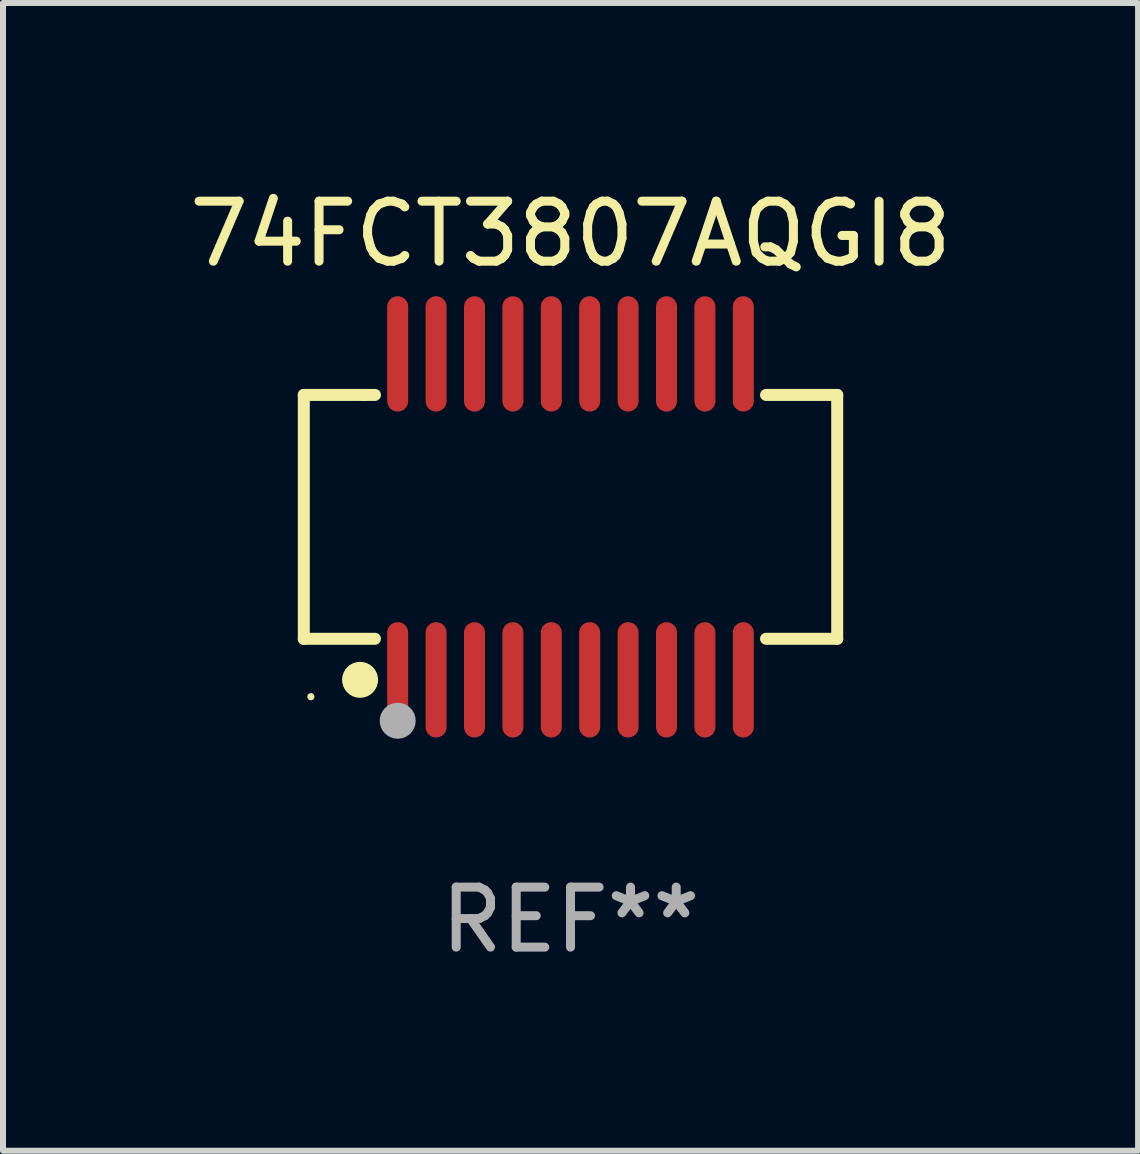
<source format=kicad_pcb>
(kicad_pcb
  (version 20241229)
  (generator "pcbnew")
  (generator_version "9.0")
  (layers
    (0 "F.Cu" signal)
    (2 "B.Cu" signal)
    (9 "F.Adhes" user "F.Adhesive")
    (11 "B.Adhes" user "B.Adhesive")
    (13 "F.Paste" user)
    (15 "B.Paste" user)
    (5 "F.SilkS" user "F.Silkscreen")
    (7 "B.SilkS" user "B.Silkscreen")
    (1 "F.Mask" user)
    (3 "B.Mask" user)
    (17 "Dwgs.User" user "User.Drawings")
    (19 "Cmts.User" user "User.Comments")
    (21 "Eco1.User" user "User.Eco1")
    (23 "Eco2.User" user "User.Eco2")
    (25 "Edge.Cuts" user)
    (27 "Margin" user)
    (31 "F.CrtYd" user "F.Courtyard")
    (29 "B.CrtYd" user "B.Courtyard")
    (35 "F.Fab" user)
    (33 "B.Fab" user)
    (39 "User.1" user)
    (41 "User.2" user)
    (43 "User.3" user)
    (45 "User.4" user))
  (footprint "74FCT3807AQGI8"
    (layer "F.Cu")
    (at 6.458 5.564)
    (property "Reference" "74FCT3807AQGI8" (at 0 -4.716 0) (layer "F.SilkS") (effects (font (size 1 1) (thickness 0.15))))
    (attr through_hole)
    (fp_line (start -4.445 -2.032) (end -4.445 2.032) (stroke (width 0.2) (type solid)) (layer "F.SilkS"))
    (fp_line (start -4.445 2.032) (end -3.259 2.032) (stroke (width 0.2) (type solid)) (layer "F.SilkS"))
    (fp_line (start -3.429 -2.032) (end -4.445 -2.032) (stroke (width 0.2) (type solid)) (layer "F.SilkS"))
    (fp_line (start -3.259 -2.032) (end -3.429 -2.032) (stroke (width 0.2) (type solid)) (layer "F.SilkS"))
    (fp_line (start 3.259 2.032) (end 4.445 2.032) (stroke (width 0.2) (type solid)) (layer "F.SilkS"))
    (fp_line (start 4.445 -2.032) (end 3.259 -2.032) (stroke (width 0.2) (type solid)) (layer "F.SilkS"))
    (fp_line (start 4.445 2.032) (end 4.445 -2.032) (stroke (width 0.2) (type solid)) (layer "F.SilkS"))
    (fp_circle (center -4.327 2.997) (end -4.297 2.997) (stroke (width 0.06) (type solid)) (fill no) (layer "F.SilkS"))
    (fp_circle (center -3.507 2.716) (end -3.357 2.716) (stroke (width 0.3) (type solid)) (fill no) (layer "F.SilkS"))
    (fp_circle (center -2.88 3.398) (end -2.73 3.398) (stroke (width 0.3) (type solid)) (fill no) (layer "F.Fab"))
    (fp_text user "REF**" (at 0 6.716 0) (layer "F.Fab") (effects (font (size 1 1) (thickness 0.15))))
    (pad "1" smd oval (at -2.88 2.716) (size 0.35 1.922) (layers "F.Cu" "F.Mask" "F.Paste"))
    (pad "2" smd oval (at -2.24 2.716) (size 0.35 1.922) (layers "F.Cu" "F.Mask" "F.Paste"))
    (pad "3" smd oval (at -1.6 2.716) (size 0.35 1.922) (layers "F.Cu" "F.Mask" "F.Paste"))
    (pad "4" smd oval (at -0.96 2.716) (size 0.35 1.922) (layers "F.Cu" "F.Mask" "F.Paste"))
    (pad "5" smd oval (at -0.32 2.716) (size 0.35 1.922) (layers "F.Cu" "F.Mask" "F.Paste"))
    (pad "6" smd oval (at 0.32 2.716) (size 0.35 1.922) (layers "F.Cu" "F.Mask" "F.Paste"))
    (pad "7" smd oval (at 0.96 2.716) (size 0.35 1.922) (layers "F.Cu" "F.Mask" "F.Paste"))
    (pad "8" smd oval (at 1.6 2.716) (size 0.35 1.922) (layers "F.Cu" "F.Mask" "F.Paste"))
    (pad "9" smd oval (at 2.24 2.716) (size 0.35 1.922) (layers "F.Cu" "F.Mask" "F.Paste"))
    (pad "10" smd oval (at 2.88 2.716) (size 0.35 1.922) (layers "F.Cu" "F.Mask" "F.Paste"))
    (pad "11" smd oval (at 2.88 -2.716) (size 0.35 1.922) (layers "F.Cu" "F.Mask" "F.Paste"))
    (pad "12" smd oval (at 2.24 -2.716) (size 0.35 1.922) (layers "F.Cu" "F.Mask" "F.Paste"))
    (pad "13" smd oval (at 1.6 -2.716) (size 0.35 1.922) (layers "F.Cu" "F.Mask" "F.Paste"))
    (pad "14" smd oval (at 0.96 -2.716) (size 0.35 1.922) (layers "F.Cu" "F.Mask" "F.Paste"))
    (pad "15" smd oval (at 0.32 -2.716) (size 0.35 1.922) (layers "F.Cu" "F.Mask" "F.Paste"))
    (pad "16" smd oval (at -0.32 -2.716) (size 0.35 1.922) (layers "F.Cu" "F.Mask" "F.Paste"))
    (pad "17" smd oval (at -0.96 -2.716) (size 0.35 1.922) (layers "F.Cu" "F.Mask" "F.Paste"))
    (pad "18" smd oval (at -1.6 -2.716) (size 0.35 1.922) (layers "F.Cu" "F.Mask" "F.Paste"))
    (pad "19" smd oval (at -2.24 -2.716) (size 0.35 1.922) (layers "F.Cu" "F.Mask" "F.Paste"))
    (pad "20" smd oval (at -2.88 -2.716) (size 0.35 1.922) (layers "F.Cu" "F.Mask" "F.Paste")))
  (gr_rect
    (start -3 -3)
    (end 15.917 16.128)
    (stroke (width 0.1) (type default))
    (fill no)
    (layer "Edge.Cuts")))
</source>
